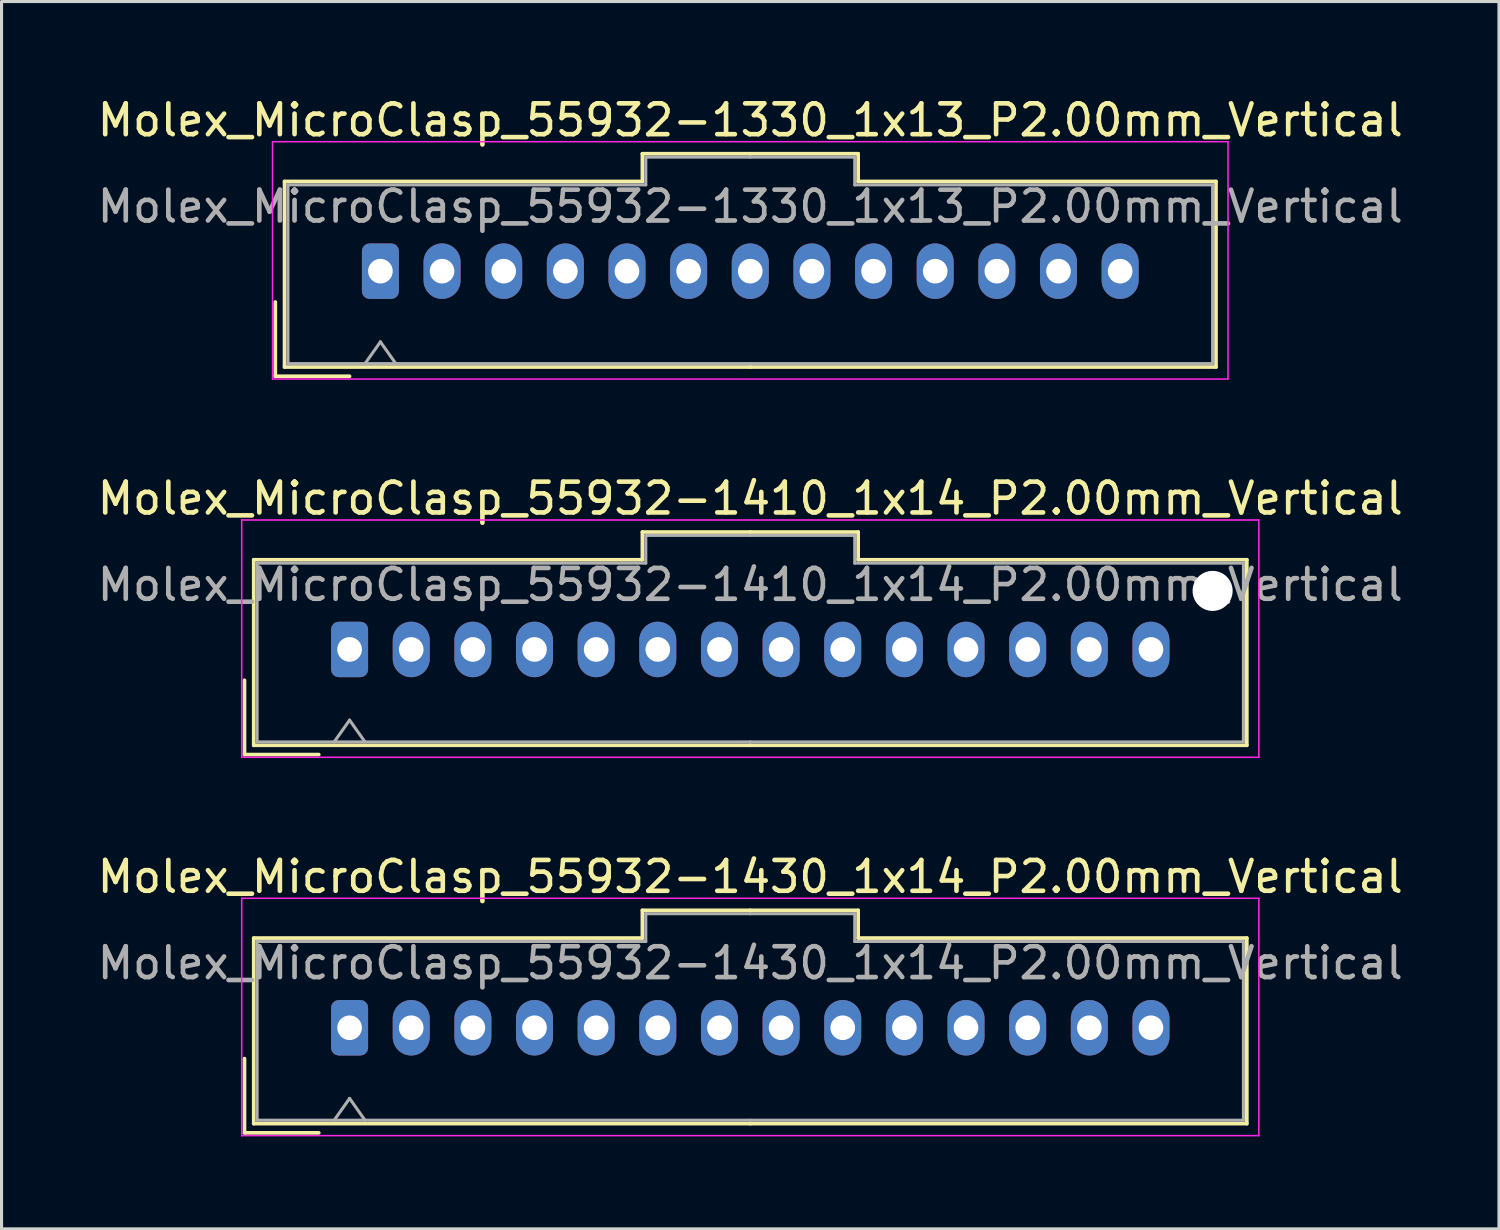
<source format=kicad_pcb>
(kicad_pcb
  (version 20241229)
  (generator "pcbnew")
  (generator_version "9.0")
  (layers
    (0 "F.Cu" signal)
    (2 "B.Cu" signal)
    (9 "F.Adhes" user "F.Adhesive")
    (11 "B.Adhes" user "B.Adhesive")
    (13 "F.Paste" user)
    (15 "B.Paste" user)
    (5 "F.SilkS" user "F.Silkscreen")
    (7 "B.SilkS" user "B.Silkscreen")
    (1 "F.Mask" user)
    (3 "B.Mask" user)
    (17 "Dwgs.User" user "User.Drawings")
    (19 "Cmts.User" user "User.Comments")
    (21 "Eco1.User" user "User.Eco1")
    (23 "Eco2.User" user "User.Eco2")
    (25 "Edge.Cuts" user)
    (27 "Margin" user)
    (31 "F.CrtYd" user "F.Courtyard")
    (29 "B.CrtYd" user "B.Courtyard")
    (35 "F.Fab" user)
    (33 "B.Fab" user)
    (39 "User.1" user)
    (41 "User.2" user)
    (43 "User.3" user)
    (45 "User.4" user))
  (footprint "Molex_MicroClasp_55932-1330_1x13_P2.00mm_Vertical"
    (layer "F.Cu")
    (at 9.292 5.748)
    (property "Reference" "Molex_MicroClasp_55932-1330_1x13_P2.00mm_Vertical" (at 12 -4.9 0) (layer "F.SilkS") (effects (font (size 1 1) (thickness 0.15))))
    (attr through_hole)
    (fp_line (start -3.41 1) (end -3.41 3.41) (stroke (width 0.12) (type solid)) (layer "F.SilkS"))
    (fp_line (start -3.41 3.41) (end -1 3.41) (stroke (width 0.12) (type solid)) (layer "F.SilkS"))
    (fp_line (start -3.11 -2.91) (end -3.11 3.11) (stroke (width 0.12) (type solid)) (layer "F.SilkS"))
    (fp_line (start -3.11 3.11) (end 12 3.11) (stroke (width 0.12) (type solid)) (layer "F.SilkS"))
    (fp_line (start 8.5 -3.81) (end 8.5 -2.91) (stroke (width 0.12) (type solid)) (layer "F.SilkS"))
    (fp_line (start 8.5 -2.91) (end -3.11 -2.91) (stroke (width 0.12) (type solid)) (layer "F.SilkS"))
    (fp_line (start 12 -3.81) (end 8.5 -3.81) (stroke (width 0.12) (type solid)) (layer "F.SilkS"))
    (fp_line (start 12 -3.81) (end 15.5 -3.81) (stroke (width 0.12) (type solid)) (layer "F.SilkS"))
    (fp_line (start 15.5 -3.81) (end 15.5 -2.91) (stroke (width 0.12) (type solid)) (layer "F.SilkS"))
    (fp_line (start 15.5 -2.91) (end 27.11 -2.91) (stroke (width 0.12) (type solid)) (layer "F.SilkS"))
    (fp_line (start 27.11 -2.91) (end 27.11 3.11) (stroke (width 0.12) (type solid)) (layer "F.SilkS"))
    (fp_line (start 27.11 3.11) (end 12 3.11) (stroke (width 0.12) (type solid)) (layer "F.SilkS"))
    (fp_line (start -3.5 -4.2) (end -3.5 3.5) (stroke (width 0.05) (type solid)) (layer "F.CrtYd"))
    (fp_line (start -3.5 3.5) (end 27.5 3.5) (stroke (width 0.05) (type solid)) (layer "F.CrtYd"))
    (fp_line (start 27.5 -4.2) (end -3.5 -4.2) (stroke (width 0.05) (type solid)) (layer "F.CrtYd"))
    (fp_line (start 27.5 3.5) (end 27.5 -4.2) (stroke (width 0.05) (type solid)) (layer "F.CrtYd"))
    (fp_line (start -3 -2.8) (end -3 3) (stroke (width 0.1) (type solid)) (layer "F.Fab"))
    (fp_line (start -3 3) (end 12 3) (stroke (width 0.1) (type solid)) (layer "F.Fab"))
    (fp_line (start -0.5 3) (end 0 2.293) (stroke (width 0.1) (type solid)) (layer "F.Fab"))
    (fp_line (start 0 2.293) (end 0.5 3) (stroke (width 0.1) (type solid)) (layer "F.Fab"))
    (fp_line (start 8.61 -3.7) (end 8.61 -2.8) (stroke (width 0.1) (type solid)) (layer "F.Fab"))
    (fp_line (start 8.61 -2.8) (end -3 -2.8) (stroke (width 0.1) (type solid)) (layer "F.Fab"))
    (fp_line (start 12 -3.7) (end 8.61 -3.7) (stroke (width 0.1) (type solid)) (layer "F.Fab"))
    (fp_line (start 12 -3.7) (end 15.39 -3.7) (stroke (width 0.1) (type solid)) (layer "F.Fab"))
    (fp_line (start 15.39 -3.7) (end 15.39 -2.8) (stroke (width 0.1) (type solid)) (layer "F.Fab"))
    (fp_line (start 15.39 -2.8) (end 27 -2.8) (stroke (width 0.1) (type solid)) (layer "F.Fab"))
    (fp_line (start 27 -2.8) (end 27 3) (stroke (width 0.1) (type solid)) (layer "F.Fab"))
    (fp_line (start 27 3) (end 12 3) (stroke (width 0.1) (type solid)) (layer "F.Fab"))
    (fp_text user "${REFERENCE}" (at 12 -2.1 0) (layer "F.Fab") (effects (font (size 1 1) (thickness 0.15))))
    (pad "1" thru_hole roundrect (at 0 0) (size 1.2 1.8) (drill 0.8) (layers "*.Cu" "*.Mask") (roundrect_rratio 0.208))
    (pad "2" thru_hole oval (at 2 0) (size 1.2 1.8) (drill 0.8) (layers "*.Cu" "*.Mask"))
    (pad "3" thru_hole oval (at 4 0) (size 1.2 1.8) (drill 0.8) (layers "*.Cu" "*.Mask"))
    (pad "4" thru_hole oval (at 6 0) (size 1.2 1.8) (drill 0.8) (layers "*.Cu" "*.Mask"))
    (pad "5" thru_hole oval (at 8 0) (size 1.2 1.8) (drill 0.8) (layers "*.Cu" "*.Mask"))
    (pad "6" thru_hole oval (at 10 0) (size 1.2 1.8) (drill 0.8) (layers "*.Cu" "*.Mask"))
    (pad "7" thru_hole oval (at 12 0) (size 1.2 1.8) (drill 0.8) (layers "*.Cu" "*.Mask"))
    (pad "8" thru_hole oval (at 14 0) (size 1.2 1.8) (drill 0.8) (layers "*.Cu" "*.Mask"))
    (pad "9" thru_hole oval (at 16 0) (size 1.2 1.8) (drill 0.8) (layers "*.Cu" "*.Mask"))
    (pad "10" thru_hole oval (at 18 0) (size 1.2 1.8) (drill 0.8) (layers "*.Cu" "*.Mask"))
    (pad "11" thru_hole oval (at 20 0) (size 1.2 1.8) (drill 0.8) (layers "*.Cu" "*.Mask"))
    (pad "12" thru_hole oval (at 22 0) (size 1.2 1.8) (drill 0.8) (layers "*.Cu" "*.Mask"))
    (pad "13" thru_hole oval (at 24 0) (size 1.2 1.8) (drill 0.8) (layers "*.Cu" "*.Mask")))
  (footprint "Molex_MicroClasp_55932-1430_1x14_P2.00mm_Vertical"
    (layer "F.Cu")
    (at 8.292 30.295)
    (property "Reference" "Molex_MicroClasp_55932-1430_1x14_P2.00mm_Vertical" (at 13 -4.9 0) (layer "F.SilkS") (effects (font (size 1 1) (thickness 0.15))))
    (attr through_hole)
    (fp_line (start -3.41 1) (end -3.41 3.41) (stroke (width 0.12) (type solid)) (layer "F.SilkS"))
    (fp_line (start -3.41 3.41) (end -1 3.41) (stroke (width 0.12) (type solid)) (layer "F.SilkS"))
    (fp_line (start -3.11 -2.91) (end -3.11 3.11) (stroke (width 0.12) (type solid)) (layer "F.SilkS"))
    (fp_line (start -3.11 3.11) (end 13 3.11) (stroke (width 0.12) (type solid)) (layer "F.SilkS"))
    (fp_line (start 9.5 -3.81) (end 9.5 -2.91) (stroke (width 0.12) (type solid)) (layer "F.SilkS"))
    (fp_line (start 9.5 -2.91) (end -3.11 -2.91) (stroke (width 0.12) (type solid)) (layer "F.SilkS"))
    (fp_line (start 13 -3.81) (end 9.5 -3.81) (stroke (width 0.12) (type solid)) (layer "F.SilkS"))
    (fp_line (start 13 -3.81) (end 16.5 -3.81) (stroke (width 0.12) (type solid)) (layer "F.SilkS"))
    (fp_line (start 16.5 -3.81) (end 16.5 -2.91) (stroke (width 0.12) (type solid)) (layer "F.SilkS"))
    (fp_line (start 16.5 -2.91) (end 29.11 -2.91) (stroke (width 0.12) (type solid)) (layer "F.SilkS"))
    (fp_line (start 29.11 -2.91) (end 29.11 3.11) (stroke (width 0.12) (type solid)) (layer "F.SilkS"))
    (fp_line (start 29.11 3.11) (end 13 3.11) (stroke (width 0.12) (type solid)) (layer "F.SilkS"))
    (fp_line (start -3.5 -4.2) (end -3.5 3.5) (stroke (width 0.05) (type solid)) (layer "F.CrtYd"))
    (fp_line (start -3.5 3.5) (end 29.5 3.5) (stroke (width 0.05) (type solid)) (layer "F.CrtYd"))
    (fp_line (start 29.5 -4.2) (end -3.5 -4.2) (stroke (width 0.05) (type solid)) (layer "F.CrtYd"))
    (fp_line (start 29.5 3.5) (end 29.5 -4.2) (stroke (width 0.05) (type solid)) (layer "F.CrtYd"))
    (fp_line (start -3 -2.8) (end -3 3) (stroke (width 0.1) (type solid)) (layer "F.Fab"))
    (fp_line (start -3 3) (end 13 3) (stroke (width 0.1) (type solid)) (layer "F.Fab"))
    (fp_line (start -0.5 3) (end 0 2.293) (stroke (width 0.1) (type solid)) (layer "F.Fab"))
    (fp_line (start 0 2.293) (end 0.5 3) (stroke (width 0.1) (type solid)) (layer "F.Fab"))
    (fp_line (start 9.61 -3.7) (end 9.61 -2.8) (stroke (width 0.1) (type solid)) (layer "F.Fab"))
    (fp_line (start 9.61 -2.8) (end -3 -2.8) (stroke (width 0.1) (type solid)) (layer "F.Fab"))
    (fp_line (start 13 -3.7) (end 9.61 -3.7) (stroke (width 0.1) (type solid)) (layer "F.Fab"))
    (fp_line (start 13 -3.7) (end 16.39 -3.7) (stroke (width 0.1) (type solid)) (layer "F.Fab"))
    (fp_line (start 16.39 -3.7) (end 16.39 -2.8) (stroke (width 0.1) (type solid)) (layer "F.Fab"))
    (fp_line (start 16.39 -2.8) (end 29 -2.8) (stroke (width 0.1) (type solid)) (layer "F.Fab"))
    (fp_line (start 29 -2.8) (end 29 3) (stroke (width 0.1) (type solid)) (layer "F.Fab"))
    (fp_line (start 29 3) (end 13 3) (stroke (width 0.1) (type solid)) (layer "F.Fab"))
    (fp_text user "${REFERENCE}" (at 13 -2.1 0) (layer "F.Fab") (effects (font (size 1 1) (thickness 0.15))))
    (pad "1" thru_hole roundrect (at 0 0) (size 1.2 1.8) (drill 0.8) (layers "*.Cu" "*.Mask") (roundrect_rratio 0.208))
    (pad "2" thru_hole oval (at 2 0) (size 1.2 1.8) (drill 0.8) (layers "*.Cu" "*.Mask"))
    (pad "3" thru_hole oval (at 4 0) (size 1.2 1.8) (drill 0.8) (layers "*.Cu" "*.Mask"))
    (pad "4" thru_hole oval (at 6 0) (size 1.2 1.8) (drill 0.8) (layers "*.Cu" "*.Mask"))
    (pad "5" thru_hole oval (at 8 0) (size 1.2 1.8) (drill 0.8) (layers "*.Cu" "*.Mask"))
    (pad "6" thru_hole oval (at 10 0) (size 1.2 1.8) (drill 0.8) (layers "*.Cu" "*.Mask"))
    (pad "7" thru_hole oval (at 12 0) (size 1.2 1.8) (drill 0.8) (layers "*.Cu" "*.Mask"))
    (pad "8" thru_hole oval (at 14 0) (size 1.2 1.8) (drill 0.8) (layers "*.Cu" "*.Mask"))
    (pad "9" thru_hole oval (at 16 0) (size 1.2 1.8) (drill 0.8) (layers "*.Cu" "*.Mask"))
    (pad "10" thru_hole oval (at 18 0) (size 1.2 1.8) (drill 0.8) (layers "*.Cu" "*.Mask"))
    (pad "11" thru_hole oval (at 20 0) (size 1.2 1.8) (drill 0.8) (layers "*.Cu" "*.Mask"))
    (pad "12" thru_hole oval (at 22 0) (size 1.2 1.8) (drill 0.8) (layers "*.Cu" "*.Mask"))
    (pad "13" thru_hole oval (at 24 0) (size 1.2 1.8) (drill 0.8) (layers "*.Cu" "*.Mask"))
    (pad "14" thru_hole oval (at 26 0) (size 1.2 1.8) (drill 0.8) (layers "*.Cu" "*.Mask")))
  (footprint "Molex_MicroClasp_55932-1410_1x14_P2.00mm_Vertical"
    (layer "F.Cu")
    (at 8.292 18.021)
    (property "Reference" "Molex_MicroClasp_55932-1410_1x14_P2.00mm_Vertical" (at 13 -4.9 0) (layer "F.SilkS") (effects (font (size 1 1) (thickness 0.15))))
    (attr through_hole)
    (fp_line (start -3.41 1) (end -3.41 3.41) (stroke (width 0.12) (type solid)) (layer "F.SilkS"))
    (fp_line (start -3.41 3.41) (end -1 3.41) (stroke (width 0.12) (type solid)) (layer "F.SilkS"))
    (fp_line (start -3.11 -2.91) (end -3.11 3.11) (stroke (width 0.12) (type solid)) (layer "F.SilkS"))
    (fp_line (start -3.11 3.11) (end 13 3.11) (stroke (width 0.12) (type solid)) (layer "F.SilkS"))
    (fp_line (start 9.5 -3.81) (end 9.5 -2.91) (stroke (width 0.12) (type solid)) (layer "F.SilkS"))
    (fp_line (start 9.5 -2.91) (end -3.11 -2.91) (stroke (width 0.12) (type solid)) (layer "F.SilkS"))
    (fp_line (start 13 -3.81) (end 9.5 -3.81) (stroke (width 0.12) (type solid)) (layer "F.SilkS"))
    (fp_line (start 13 -3.81) (end 16.5 -3.81) (stroke (width 0.12) (type solid)) (layer "F.SilkS"))
    (fp_line (start 16.5 -3.81) (end 16.5 -2.91) (stroke (width 0.12) (type solid)) (layer "F.SilkS"))
    (fp_line (start 16.5 -2.91) (end 29.11 -2.91) (stroke (width 0.12) (type solid)) (layer "F.SilkS"))
    (fp_line (start 29.11 -2.91) (end 29.11 3.11) (stroke (width 0.12) (type solid)) (layer "F.SilkS"))
    (fp_line (start 29.11 3.11) (end 13 3.11) (stroke (width 0.12) (type solid)) (layer "F.SilkS"))
    (fp_line (start -3.5 -4.2) (end -3.5 3.5) (stroke (width 0.05) (type solid)) (layer "F.CrtYd"))
    (fp_line (start -3.5 3.5) (end 29.5 3.5) (stroke (width 0.05) (type solid)) (layer "F.CrtYd"))
    (fp_line (start 29.5 -4.2) (end -3.5 -4.2) (stroke (width 0.05) (type solid)) (layer "F.CrtYd"))
    (fp_line (start 29.5 3.5) (end 29.5 -4.2) (stroke (width 0.05) (type solid)) (layer "F.CrtYd"))
    (fp_line (start -3 -2.8) (end -3 3) (stroke (width 0.1) (type solid)) (layer "F.Fab"))
    (fp_line (start -3 3) (end 13 3) (stroke (width 0.1) (type solid)) (layer "F.Fab"))
    (fp_line (start -0.5 3) (end 0 2.293) (stroke (width 0.1) (type solid)) (layer "F.Fab"))
    (fp_line (start 0 2.293) (end 0.5 3) (stroke (width 0.1) (type solid)) (layer "F.Fab"))
    (fp_line (start 9.61 -3.7) (end 9.61 -2.8) (stroke (width 0.1) (type solid)) (layer "F.Fab"))
    (fp_line (start 9.61 -2.8) (end -3 -2.8) (stroke (width 0.1) (type solid)) (layer "F.Fab"))
    (fp_line (start 13 -3.7) (end 9.61 -3.7) (stroke (width 0.1) (type solid)) (layer "F.Fab"))
    (fp_line (start 13 -3.7) (end 16.39 -3.7) (stroke (width 0.1) (type solid)) (layer "F.Fab"))
    (fp_line (start 16.39 -3.7) (end 16.39 -2.8) (stroke (width 0.1) (type solid)) (layer "F.Fab"))
    (fp_line (start 16.39 -2.8) (end 29 -2.8) (stroke (width 0.1) (type solid)) (layer "F.Fab"))
    (fp_line (start 29 -2.8) (end 29 3) (stroke (width 0.1) (type solid)) (layer "F.Fab"))
    (fp_line (start 29 3) (end 13 3) (stroke (width 0.1) (type solid)) (layer "F.Fab"))
    (fp_text user "${REFERENCE}" (at 13 -2.1 0) (layer "F.Fab") (effects (font (size 1 1) (thickness 0.15))))
    (pad "" np_thru_hole circle (at 28 -1.9) (size 1.3 1.3) (drill 1.3) (layers "*.Cu" "*.Mask"))
    (pad "1" thru_hole roundrect (at 0 0) (size 1.2 1.8) (drill 0.8) (layers "*.Cu" "*.Mask") (roundrect_rratio 0.208))
    (pad "2" thru_hole oval (at 2 0) (size 1.2 1.8) (drill 0.8) (layers "*.Cu" "*.Mask"))
    (pad "3" thru_hole oval (at 4 0) (size 1.2 1.8) (drill 0.8) (layers "*.Cu" "*.Mask"))
    (pad "4" thru_hole oval (at 6 0) (size 1.2 1.8) (drill 0.8) (layers "*.Cu" "*.Mask"))
    (pad "5" thru_hole oval (at 8 0) (size 1.2 1.8) (drill 0.8) (layers "*.Cu" "*.Mask"))
    (pad "6" thru_hole oval (at 10 0) (size 1.2 1.8) (drill 0.8) (layers "*.Cu" "*.Mask"))
    (pad "7" thru_hole oval (at 12 0) (size 1.2 1.8) (drill 0.8) (layers "*.Cu" "*.Mask"))
    (pad "8" thru_hole oval (at 14 0) (size 1.2 1.8) (drill 0.8) (layers "*.Cu" "*.Mask"))
    (pad "9" thru_hole oval (at 16 0) (size 1.2 1.8) (drill 0.8) (layers "*.Cu" "*.Mask"))
    (pad "10" thru_hole oval (at 18 0) (size 1.2 1.8) (drill 0.8) (layers "*.Cu" "*.Mask"))
    (pad "11" thru_hole oval (at 20 0) (size 1.2 1.8) (drill 0.8) (layers "*.Cu" "*.Mask"))
    (pad "12" thru_hole oval (at 22 0) (size 1.2 1.8) (drill 0.8) (layers "*.Cu" "*.Mask"))
    (pad "13" thru_hole oval (at 24 0) (size 1.2 1.8) (drill 0.8) (layers "*.Cu" "*.Mask"))
    (pad "14" thru_hole oval (at 26 0) (size 1.2 1.8) (drill 0.8) (layers "*.Cu" "*.Mask")))
  (gr_rect
    (start -3 -3)
    (end 45.583 36.82)
    (stroke (width 0.1) (type default))
    (fill no)
    (layer "Edge.Cuts")))
</source>
